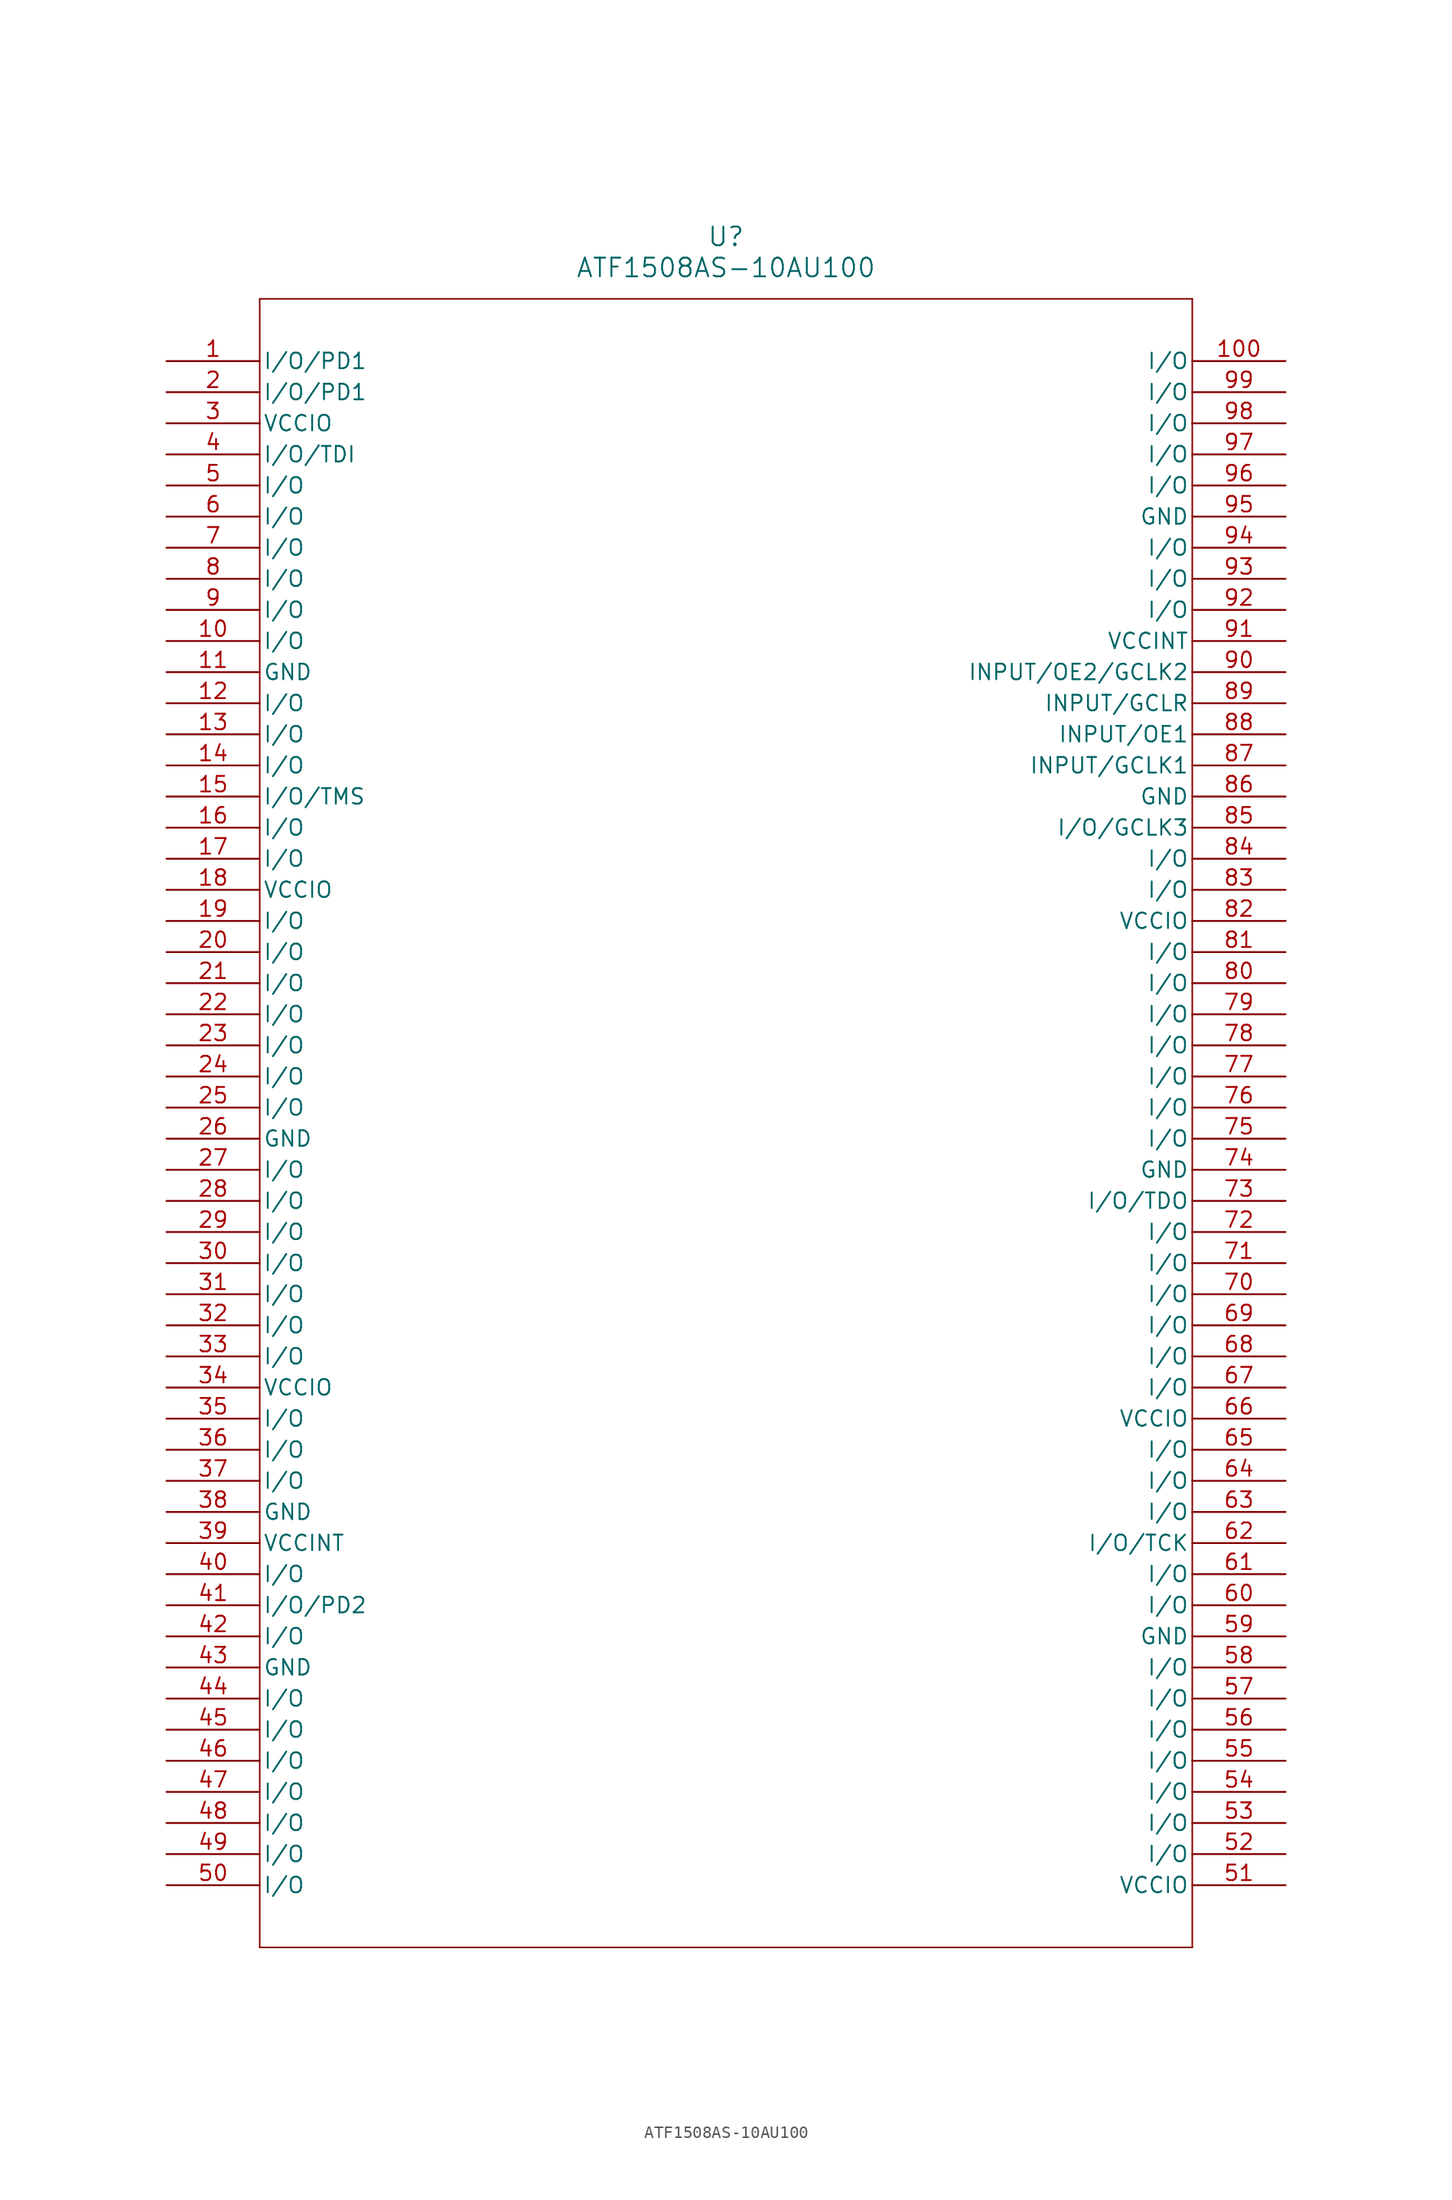
<source format=kicad_sym>
(kicad_symbol_lib
  (version 20211014)
  (generator kicad_symbol_editor)
  (symbol "ATF1508AS-10AU100"
    (pin_names
      (offset 0.254))
    (property "Reference" "U"
      (at 45.72 10.16 0)
      (effects (font (size 1.524 1.524))))
    (property "Value" "ATF1508AS-10AU100"
      (at 45.72 7.62 0)
      (effects (font (size 1.524 1.524))))
    (symbol "ATF1508AS-10AU100_0_1"
      (polyline (pts (xy 7.62 5.08) (xy 7.62 -129.54)) (stroke (width 0.127) (type default) (color 0 0 0 0)) (fill (type none)))
      (polyline (pts (xy 7.62 -129.54) (xy 83.82 -129.54)) (stroke (width 0.127) (type default) (color 0 0 0 0)) (fill (type none)))
      (polyline (pts (xy 83.82 -129.54) (xy 83.82 5.08)) (stroke (width 0.127) (type default) (color 0 0 0 0)) (fill (type none)))
      (polyline (pts (xy 83.82 5.08) (xy 7.62 5.08)) (stroke (width 0.127) (type default) (color 0 0 0 0)) (fill (type none)))
      (pin bidirectional line (at 0 0 0) (length 7.62) (name "I/O/PD1" (effects (font (size 1.27 1.27)))) (number "1" (effects (font (size 1.27 1.27)))))
      (pin bidirectional line (at 0 -2.54 0) (length 7.62) (name "I/O/PD1" (effects (font (size 1.27 1.27)))) (number "2" (effects (font (size 1.27 1.27)))))
      (pin power_in line (at 0 -5.08 0) (length 7.62) (name "VCCIO" (effects (font (size 1.27 1.27)))) (number "3" (effects (font (size 1.27 1.27)))))
      (pin bidirectional line (at 0 -7.62 0) (length 7.62) (name "I/O/TDI" (effects (font (size 1.27 1.27)))) (number "4" (effects (font (size 1.27 1.27)))))
      (pin bidirectional line (at 0 -10.16 0) (length 7.62) (name "I/O" (effects (font (size 1.27 1.27)))) (number "5" (effects (font (size 1.27 1.27)))))
      (pin bidirectional line (at 0 -12.7 0) (length 7.62) (name "I/O" (effects (font (size 1.27 1.27)))) (number "6" (effects (font (size 1.27 1.27)))))
      (pin bidirectional line (at 0 -15.24 0) (length 7.62) (name "I/O" (effects (font (size 1.27 1.27)))) (number "7" (effects (font (size 1.27 1.27)))))
      (pin bidirectional line (at 0 -17.78 0) (length 7.62) (name "I/O" (effects (font (size 1.27 1.27)))) (number "8" (effects (font (size 1.27 1.27)))))
      (pin bidirectional line (at 0 -20.32 0) (length 7.62) (name "I/O" (effects (font (size 1.27 1.27)))) (number "9" (effects (font (size 1.27 1.27)))))
      (pin bidirectional line (at 0 -22.86 0) (length 7.62) (name "I/O" (effects (font (size 1.27 1.27)))) (number "10" (effects (font (size 1.27 1.27)))))
      (pin power_in line (at 0 -25.4 0) (length 7.62) (name "GND" (effects (font (size 1.27 1.27)))) (number "11" (effects (font (size 1.27 1.27)))))
      (pin bidirectional line (at 0 -27.94 0) (length 7.62) (name "I/O" (effects (font (size 1.27 1.27)))) (number "12" (effects (font (size 1.27 1.27)))))
      (pin bidirectional line (at 0 -30.48 0) (length 7.62) (name "I/O" (effects (font (size 1.27 1.27)))) (number "13" (effects (font (size 1.27 1.27)))))
      (pin bidirectional line (at 0 -33.02 0) (length 7.62) (name "I/O" (effects (font (size 1.27 1.27)))) (number "14" (effects (font (size 1.27 1.27)))))
      (pin bidirectional line (at 0 -35.56 0) (length 7.62) (name "I/O/TMS" (effects (font (size 1.27 1.27)))) (number "15" (effects (font (size 1.27 1.27)))))
      (pin bidirectional line (at 0 -38.1 0) (length 7.62) (name "I/O" (effects (font (size 1.27 1.27)))) (number "16" (effects (font (size 1.27 1.27)))))
      (pin bidirectional line (at 0 -40.64 0) (length 7.62) (name "I/O" (effects (font (size 1.27 1.27)))) (number "17" (effects (font (size 1.27 1.27)))))
      (pin power_in line (at 0 -43.18 0) (length 7.62) (name "VCCIO" (effects (font (size 1.27 1.27)))) (number "18" (effects (font (size 1.27 1.27)))))
      (pin bidirectional line (at 0 -45.72 0) (length 7.62) (name "I/O" (effects (font (size 1.27 1.27)))) (number "19" (effects (font (size 1.27 1.27)))))
      (pin bidirectional line (at 0 -48.26 0) (length 7.62) (name "I/O" (effects (font (size 1.27 1.27)))) (number "20" (effects (font (size 1.27 1.27)))))
      (pin bidirectional line (at 0 -50.8 0) (length 7.62) (name "I/O" (effects (font (size 1.27 1.27)))) (number "21" (effects (font (size 1.27 1.27)))))
      (pin bidirectional line (at 0 -53.34 0) (length 7.62) (name "I/O" (effects (font (size 1.27 1.27)))) (number "22" (effects (font (size 1.27 1.27)))))
      (pin bidirectional line (at 0 -55.88 0) (length 7.62) (name "I/O" (effects (font (size 1.27 1.27)))) (number "23" (effects (font (size 1.27 1.27)))))
      (pin bidirectional line (at 0 -58.42 0) (length 7.62) (name "I/O" (effects (font (size 1.27 1.27)))) (number "24" (effects (font (size 1.27 1.27)))))
      (pin bidirectional line (at 0 -60.96 0) (length 7.62) (name "I/O" (effects (font (size 1.27 1.27)))) (number "25" (effects (font (size 1.27 1.27)))))
      (pin power_in line (at 0 -63.5 0) (length 7.62) (name "GND" (effects (font (size 1.27 1.27)))) (number "26" (effects (font (size 1.27 1.27)))))
      (pin bidirectional line (at 0 -66.04 0) (length 7.62) (name "I/O" (effects (font (size 1.27 1.27)))) (number "27" (effects (font (size 1.27 1.27)))))
      (pin bidirectional line (at 0 -68.58 0) (length 7.62) (name "I/O" (effects (font (size 1.27 1.27)))) (number "28" (effects (font (size 1.27 1.27)))))
      (pin bidirectional line (at 0 -71.12 0) (length 7.62) (name "I/O" (effects (font (size 1.27 1.27)))) (number "29" (effects (font (size 1.27 1.27)))))
      (pin bidirectional line (at 0 -73.66 0) (length 7.62) (name "I/O" (effects (font (size 1.27 1.27)))) (number "30" (effects (font (size 1.27 1.27)))))
      (pin bidirectional line (at 0 -76.2 0) (length 7.62) (name "I/O" (effects (font (size 1.27 1.27)))) (number "31" (effects (font (size 1.27 1.27)))))
      (pin bidirectional line (at 0 -78.74 0) (length 7.62) (name "I/O" (effects (font (size 1.27 1.27)))) (number "32" (effects (font (size 1.27 1.27)))))
      (pin bidirectional line (at 0 -81.28 0) (length 7.62) (name "I/O" (effects (font (size 1.27 1.27)))) (number "33" (effects (font (size 1.27 1.27)))))
      (pin power_in line (at 0 -83.82 0) (length 7.62) (name "VCCIO" (effects (font (size 1.27 1.27)))) (number "34" (effects (font (size 1.27 1.27)))))
      (pin bidirectional line (at 0 -86.36 0) (length 7.62) (name "I/O" (effects (font (size 1.27 1.27)))) (number "35" (effects (font (size 1.27 1.27)))))
      (pin bidirectional line (at 0 -88.9 0) (length 7.62) (name "I/O" (effects (font (size 1.27 1.27)))) (number "36" (effects (font (size 1.27 1.27)))))
      (pin bidirectional line (at 0 -91.44 0) (length 7.62) (name "I/O" (effects (font (size 1.27 1.27)))) (number "37" (effects (font (size 1.27 1.27)))))
      (pin power_in line (at 0 -93.98 0) (length 7.62) (name "GND" (effects (font (size 1.27 1.27)))) (number "38" (effects (font (size 1.27 1.27)))))
      (pin power_in line (at 0 -96.52 0) (length 7.62) (name "VCCINT" (effects (font (size 1.27 1.27)))) (number "39" (effects (font (size 1.27 1.27)))))
      (pin bidirectional line (at 0 -99.06 0) (length 7.62) (name "I/O" (effects (font (size 1.27 1.27)))) (number "40" (effects (font (size 1.27 1.27)))))
      (pin bidirectional line (at 0 -101.6 0) (length 7.62) (name "I/O/PD2" (effects (font (size 1.27 1.27)))) (number "41" (effects (font (size 1.27 1.27)))))
      (pin bidirectional line (at 0 -104.14 0) (length 7.62) (name "I/O" (effects (font (size 1.27 1.27)))) (number "42" (effects (font (size 1.27 1.27)))))
      (pin power_in line (at 0 -106.68 0) (length 7.62) (name "GND" (effects (font (size 1.27 1.27)))) (number "43" (effects (font (size 1.27 1.27)))))
      (pin bidirectional line (at 0 -109.22 0) (length 7.62) (name "I/O" (effects (font (size 1.27 1.27)))) (number "44" (effects (font (size 1.27 1.27)))))
      (pin bidirectional line (at 0 -111.76 0) (length 7.62) (name "I/O" (effects (font (size 1.27 1.27)))) (number "45" (effects (font (size 1.27 1.27)))))
      (pin bidirectional line (at 0 -114.3 0) (length 7.62) (name "I/O" (effects (font (size 1.27 1.27)))) (number "46" (effects (font (size 1.27 1.27)))))
      (pin bidirectional line (at 0 -116.84 0) (length 7.62) (name "I/O" (effects (font (size 1.27 1.27)))) (number "47" (effects (font (size 1.27 1.27)))))
      (pin bidirectional line (at 0 -119.38 0) (length 7.62) (name "I/O" (effects (font (size 1.27 1.27)))) (number "48" (effects (font (size 1.27 1.27)))))
      (pin bidirectional line (at 0 -121.92 0) (length 7.62) (name "I/O" (effects (font (size 1.27 1.27)))) (number "49" (effects (font (size 1.27 1.27)))))
      (pin bidirectional line (at 0 -124.46 0) (length 7.62) (name "I/O" (effects (font (size 1.27 1.27)))) (number "50" (effects (font (size 1.27 1.27)))))
      (pin power_in line (at 91.44 -124.46 180) (length 7.62) (name "VCCIO" (effects (font (size 1.27 1.27)))) (number "51" (effects (font (size 1.27 1.27)))))
      (pin bidirectional line (at 91.44 -121.92 180) (length 7.62) (name "I/O" (effects (font (size 1.27 1.27)))) (number "52" (effects (font (size 1.27 1.27)))))
      (pin bidirectional line (at 91.44 -119.38 180) (length 7.62) (name "I/O" (effects (font (size 1.27 1.27)))) (number "53" (effects (font (size 1.27 1.27)))))
      (pin bidirectional line (at 91.44 -116.84 180) (length 7.62) (name "I/O" (effects (font (size 1.27 1.27)))) (number "54" (effects (font (size 1.27 1.27)))))
      (pin bidirectional line (at 91.44 -114.3 180) (length 7.62) (name "I/O" (effects (font (size 1.27 1.27)))) (number "55" (effects (font (size 1.27 1.27)))))
      (pin bidirectional line (at 91.44 -111.76 180) (length 7.62) (name "I/O" (effects (font (size 1.27 1.27)))) (number "56" (effects (font (size 1.27 1.27)))))
      (pin bidirectional line (at 91.44 -109.22 180) (length 7.62) (name "I/O" (effects (font (size 1.27 1.27)))) (number "57" (effects (font (size 1.27 1.27)))))
      (pin bidirectional line (at 91.44 -106.68 180) (length 7.62) (name "I/O" (effects (font (size 1.27 1.27)))) (number "58" (effects (font (size 1.27 1.27)))))
      (pin power_in line (at 91.44 -104.14 180) (length 7.62) (name "GND" (effects (font (size 1.27 1.27)))) (number "59" (effects (font (size 1.27 1.27)))))
      (pin bidirectional line (at 91.44 -101.6 180) (length 7.62) (name "I/O" (effects (font (size 1.27 1.27)))) (number "60" (effects (font (size 1.27 1.27)))))
      (pin bidirectional line (at 91.44 -99.06 180) (length 7.62) (name "I/O" (effects (font (size 1.27 1.27)))) (number "61" (effects (font (size 1.27 1.27)))))
      (pin bidirectional line (at 91.44 -96.52 180) (length 7.62) (name "I/O/TCK" (effects (font (size 1.27 1.27)))) (number "62" (effects (font (size 1.27 1.27)))))
      (pin bidirectional line (at 91.44 -93.98 180) (length 7.62) (name "I/O" (effects (font (size 1.27 1.27)))) (number "63" (effects (font (size 1.27 1.27)))))
      (pin bidirectional line (at 91.44 -91.44 180) (length 7.62) (name "I/O" (effects (font (size 1.27 1.27)))) (number "64" (effects (font (size 1.27 1.27)))))
      (pin bidirectional line (at 91.44 -88.9 180) (length 7.62) (name "I/O" (effects (font (size 1.27 1.27)))) (number "65" (effects (font (size 1.27 1.27)))))
      (pin power_in line (at 91.44 -86.36 180) (length 7.62) (name "VCCIO" (effects (font (size 1.27 1.27)))) (number "66" (effects (font (size 1.27 1.27)))))
      (pin bidirectional line (at 91.44 -83.82 180) (length 7.62) (name "I/O" (effects (font (size 1.27 1.27)))) (number "67" (effects (font (size 1.27 1.27)))))
      (pin bidirectional line (at 91.44 -81.28 180) (length 7.62) (name "I/O" (effects (font (size 1.27 1.27)))) (number "68" (effects (font (size 1.27 1.27)))))
      (pin bidirectional line (at 91.44 -78.74 180) (length 7.62) (name "I/O" (effects (font (size 1.27 1.27)))) (number "69" (effects (font (size 1.27 1.27)))))
      (pin bidirectional line (at 91.44 -76.2 180) (length 7.62) (name "I/O" (effects (font (size 1.27 1.27)))) (number "70" (effects (font (size 1.27 1.27)))))
      (pin bidirectional line (at 91.44 -73.66 180) (length 7.62) (name "I/O" (effects (font (size 1.27 1.27)))) (number "71" (effects (font (size 1.27 1.27)))))
      (pin bidirectional line (at 91.44 -71.12 180) (length 7.62) (name "I/O" (effects (font (size 1.27 1.27)))) (number "72" (effects (font (size 1.27 1.27)))))
      (pin bidirectional line (at 91.44 -68.58 180) (length 7.62) (name "I/O/TDO" (effects (font (size 1.27 1.27)))) (number "73" (effects (font (size 1.27 1.27)))))
      (pin power_in line (at 91.44 -66.04 180) (length 7.62) (name "GND" (effects (font (size 1.27 1.27)))) (number "74" (effects (font (size 1.27 1.27)))))
      (pin bidirectional line (at 91.44 -63.5 180) (length 7.62) (name "I/O" (effects (font (size 1.27 1.27)))) (number "75" (effects (font (size 1.27 1.27)))))
      (pin bidirectional line (at 91.44 -60.96 180) (length 7.62) (name "I/O" (effects (font (size 1.27 1.27)))) (number "76" (effects (font (size 1.27 1.27)))))
      (pin bidirectional line (at 91.44 -58.42 180) (length 7.62) (name "I/O" (effects (font (size 1.27 1.27)))) (number "77" (effects (font (size 1.27 1.27)))))
      (pin bidirectional line (at 91.44 -55.88 180) (length 7.62) (name "I/O" (effects (font (size 1.27 1.27)))) (number "78" (effects (font (size 1.27 1.27)))))
      (pin bidirectional line (at 91.44 -53.34 180) (length 7.62) (name "I/O" (effects (font (size 1.27 1.27)))) (number "79" (effects (font (size 1.27 1.27)))))
      (pin bidirectional line (at 91.44 -50.8 180) (length 7.62) (name "I/O" (effects (font (size 1.27 1.27)))) (number "80" (effects (font (size 1.27 1.27)))))
      (pin bidirectional line (at 91.44 -48.26 180) (length 7.62) (name "I/O" (effects (font (size 1.27 1.27)))) (number "81" (effects (font (size 1.27 1.27)))))
      (pin power_in line (at 91.44 -45.72 180) (length 7.62) (name "VCCIO" (effects (font (size 1.27 1.27)))) (number "82" (effects (font (size 1.27 1.27)))))
      (pin bidirectional line (at 91.44 -43.18 180) (length 7.62) (name "I/O" (effects (font (size 1.27 1.27)))) (number "83" (effects (font (size 1.27 1.27)))))
      (pin bidirectional line (at 91.44 -40.64 180) (length 7.62) (name "I/O" (effects (font (size 1.27 1.27)))) (number "84" (effects (font (size 1.27 1.27)))))
      (pin bidirectional line (at 91.44 -38.1 180) (length 7.62) (name "I/O/GCLK3" (effects (font (size 1.27 1.27)))) (number "85" (effects (font (size 1.27 1.27)))))
      (pin power_in line (at 91.44 -35.56 180) (length 7.62) (name "GND" (effects (font (size 1.27 1.27)))) (number "86" (effects (font (size 1.27 1.27)))))
      (pin bidirectional line (at 91.44 -33.02 180) (length 7.62) (name "INPUT/GCLK1" (effects (font (size 1.27 1.27)))) (number "87" (effects (font (size 1.27 1.27)))))
      (pin bidirectional line (at 91.44 -30.48 180) (length 7.62) (name "INPUT/OE1" (effects (font (size 1.27 1.27)))) (number "88" (effects (font (size 1.27 1.27)))))
      (pin bidirectional line (at 91.44 -27.94 180) (length 7.62) (name "INPUT/GCLR" (effects (font (size 1.27 1.27)))) (number "89" (effects (font (size 1.27 1.27)))))
      (pin bidirectional line (at 91.44 -25.4 180) (length 7.62) (name "INPUT/OE2/GCLK2" (effects (font (size 1.27 1.27)))) (number "90" (effects (font (size 1.27 1.27)))))
      (pin power_in line (at 91.44 -22.86 180) (length 7.62) (name "VCCINT" (effects (font (size 1.27 1.27)))) (number "91" (effects (font (size 1.27 1.27)))))
      (pin bidirectional line (at 91.44 -20.32 180) (length 7.62) (name "I/O" (effects (font (size 1.27 1.27)))) (number "92" (effects (font (size 1.27 1.27)))))
      (pin bidirectional line (at 91.44 -17.78 180) (length 7.62) (name "I/O" (effects (font (size 1.27 1.27)))) (number "93" (effects (font (size 1.27 1.27)))))
      (pin bidirectional line (at 91.44 -15.24 180) (length 7.62) (name "I/O" (effects (font (size 1.27 1.27)))) (number "94" (effects (font (size 1.27 1.27)))))
      (pin power_in line (at 91.44 -12.7 180) (length 7.62) (name "GND" (effects (font (size 1.27 1.27)))) (number "95" (effects (font (size 1.27 1.27)))))
      (pin bidirectional line (at 91.44 -10.16 180) (length 7.62) (name "I/O" (effects (font (size 1.27 1.27)))) (number "96" (effects (font (size 1.27 1.27)))))
      (pin bidirectional line (at 91.44 -7.62 180) (length 7.62) (name "I/O" (effects (font (size 1.27 1.27)))) (number "97" (effects (font (size 1.27 1.27)))))
      (pin bidirectional line (at 91.44 -5.08 180) (length 7.62) (name "I/O" (effects (font (size 1.27 1.27)))) (number "98" (effects (font (size 1.27 1.27)))))
      (pin bidirectional line (at 91.44 -2.54 180) (length 7.62) (name "I/O" (effects (font (size 1.27 1.27)))) (number "99" (effects (font (size 1.27 1.27)))))
      (pin bidirectional line (at 91.44 0 180) (length 7.62) (name "I/O" (effects (font (size 1.27 1.27)))) (number "100" (effects (font (size 1.27 1.27))))))))
</source>
